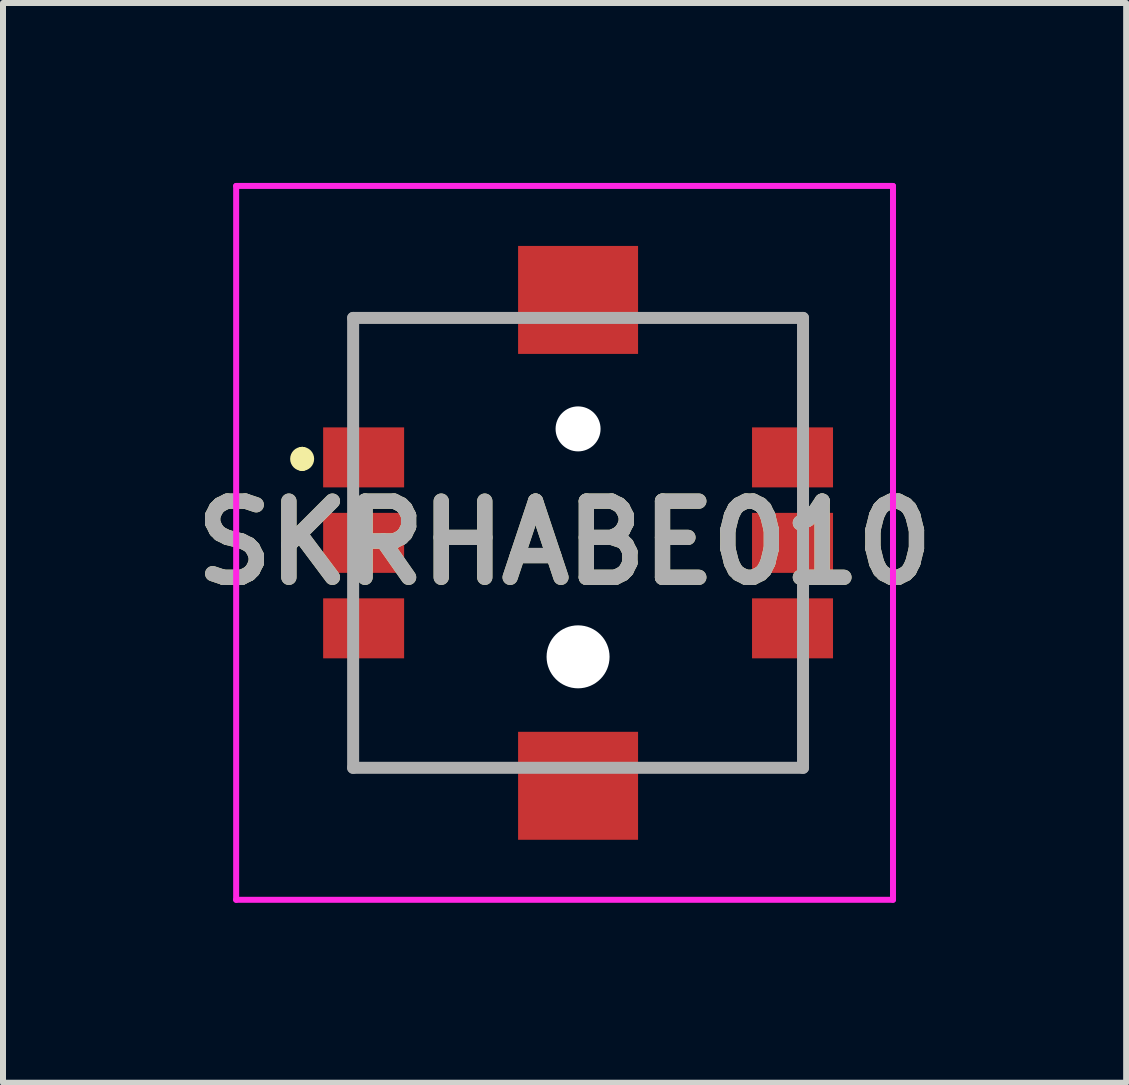
<source format=kicad_pcb>
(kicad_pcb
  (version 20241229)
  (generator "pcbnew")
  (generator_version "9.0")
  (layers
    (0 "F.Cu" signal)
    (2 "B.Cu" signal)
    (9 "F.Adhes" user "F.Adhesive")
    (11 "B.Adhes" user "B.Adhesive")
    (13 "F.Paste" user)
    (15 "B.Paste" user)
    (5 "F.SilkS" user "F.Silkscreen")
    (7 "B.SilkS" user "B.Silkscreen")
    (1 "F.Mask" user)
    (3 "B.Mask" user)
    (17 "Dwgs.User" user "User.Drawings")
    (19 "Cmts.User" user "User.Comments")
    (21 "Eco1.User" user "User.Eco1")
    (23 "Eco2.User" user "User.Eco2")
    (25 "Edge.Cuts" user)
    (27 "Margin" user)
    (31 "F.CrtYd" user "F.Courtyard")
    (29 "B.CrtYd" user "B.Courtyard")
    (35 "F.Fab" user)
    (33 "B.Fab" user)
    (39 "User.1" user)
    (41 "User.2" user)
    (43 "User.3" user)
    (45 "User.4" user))
  (footprint "SKRHABE010"
    (layer "F.Cu")
    (at 6.587 6)
    (property "Reference" "SKRHABE010" (at -0.225 0 0) (layer "F.SilkS") (effects (font (size 1.27 1.27) (thickness 0.254))))
    (attr through_hole)
    (fp_line (start -4.6 -1.5) (end -4.6 -1.5) (stroke (width 0.2) (type solid)) (layer "F.SilkS"))
    (fp_line (start -4.6 -1.3) (end -4.6 -1.3) (stroke (width 0.2) (type solid)) (layer "F.SilkS"))
    (fp_line (start -3.75 -3.75) (end -3.75 -2.5) (stroke (width 0.1) (type solid)) (layer "F.SilkS"))
    (fp_line (start -3.75 2.5) (end -3.75 3.75) (stroke (width 0.1) (type solid)) (layer "F.SilkS"))
    (fp_line (start -3.75 3.75) (end -1.5 3.75) (stroke (width 0.1) (type solid)) (layer "F.SilkS"))
    (fp_line (start -1.5 -3.75) (end -3.75 -3.75) (stroke (width 0.1) (type solid)) (layer "F.SilkS"))
    (fp_line (start 1.5 -3.75) (end 3.75 -3.75) (stroke (width 0.1) (type solid)) (layer "F.SilkS"))
    (fp_line (start 1.5 3.75) (end 3.75 3.75) (stroke (width 0.1) (type solid)) (layer "F.SilkS"))
    (fp_line (start 3.75 -3.75) (end 3.75 -2.5) (stroke (width 0.1) (type solid)) (layer "F.SilkS"))
    (fp_line (start 3.75 3.75) (end 3.75 2.5) (stroke (width 0.1) (type solid)) (layer "F.SilkS"))
    (fp_arc (start -4.6 -1.5) (mid -4.5 -1.4) (end -4.6 -1.3) (stroke (width 0.2) (type solid)) (layer "F.SilkS"))
    (fp_arc (start -4.6 -1.3) (mid -4.7 -1.4) (end -4.6 -1.5) (stroke (width 0.2) (type solid)) (layer "F.SilkS"))
    (fp_line (start -5.7 -5.95) (end 5.25 -5.95) (stroke (width 0.1) (type solid)) (layer "F.CrtYd"))
    (fp_line (start -5.7 5.95) (end -5.7 -5.95) (stroke (width 0.1) (type solid)) (layer "F.CrtYd"))
    (fp_line (start 5.25 -5.95) (end 5.25 5.95) (stroke (width 0.1) (type solid)) (layer "F.CrtYd"))
    (fp_line (start 5.25 5.95) (end -5.7 5.95) (stroke (width 0.1) (type solid)) (layer "F.CrtYd"))
    (fp_line (start -3.75 -3.75) (end 3.75 -3.75) (stroke (width 0.2) (type solid)) (layer "F.Fab"))
    (fp_line (start -3.75 3.75) (end -3.75 -3.75) (stroke (width 0.2) (type solid)) (layer "F.Fab"))
    (fp_line (start 3.75 -3.75) (end 3.75 3.75) (stroke (width 0.2) (type solid)) (layer "F.Fab"))
    (fp_line (start 3.75 3.75) (end -3.75 3.75) (stroke (width 0.2) (type solid)) (layer "F.Fab"))
    (fp_text user "${REFERENCE}" (at -0.225 0 0) (layer "F.Fab") (effects (font (size 1.27 1.27) (thickness 0.254))))
    (pad "" np_thru_hole circle (at 0 -1.9) (size 0.75 0.75) (drill 0.75) (layers "*.Cu" "*.Mask"))
    (pad "" np_thru_hole circle (at 0 1.9) (size 1.05 1.05) (drill 1.05) (layers "*.Cu" "*.Mask"))
    (pad "1" smd rect (at -3.575 -1.425 90) (size 1 1.35) (layers "F.Cu" "F.Mask" "F.Paste"))
    (pad "2" smd rect (at -3.575 0 90) (size 1 1.35) (layers "F.Cu" "F.Mask" "F.Paste"))
    (pad "3" smd rect (at -3.575 1.425 90) (size 1 1.35) (layers "F.Cu" "F.Mask" "F.Paste"))
    (pad "4" smd rect (at 3.575 -1.425 90) (size 1 1.35) (layers "F.Cu" "F.Mask" "F.Paste"))
    (pad "5" smd rect (at 3.575 0 90) (size 1 1.35) (layers "F.Cu" "F.Mask" "F.Paste"))
    (pad "6" smd rect (at 3.575 1.425 90) (size 1 1.35) (layers "F.Cu" "F.Mask" "F.Paste"))
    (pad "7" smd rect (at 0 -4.05 90) (size 1.8 2) (layers "F.Cu" "F.Mask" "F.Paste"))
    (pad "8" smd rect (at 0 4.05 90) (size 1.8 2) (layers "F.Cu" "F.Mask" "F.Paste")))
  (gr_rect
    (start -3 -3)
    (end 15.724 15)
    (stroke (width 0.1) (type default))
    (fill no)
    (layer "Edge.Cuts")))
</source>
